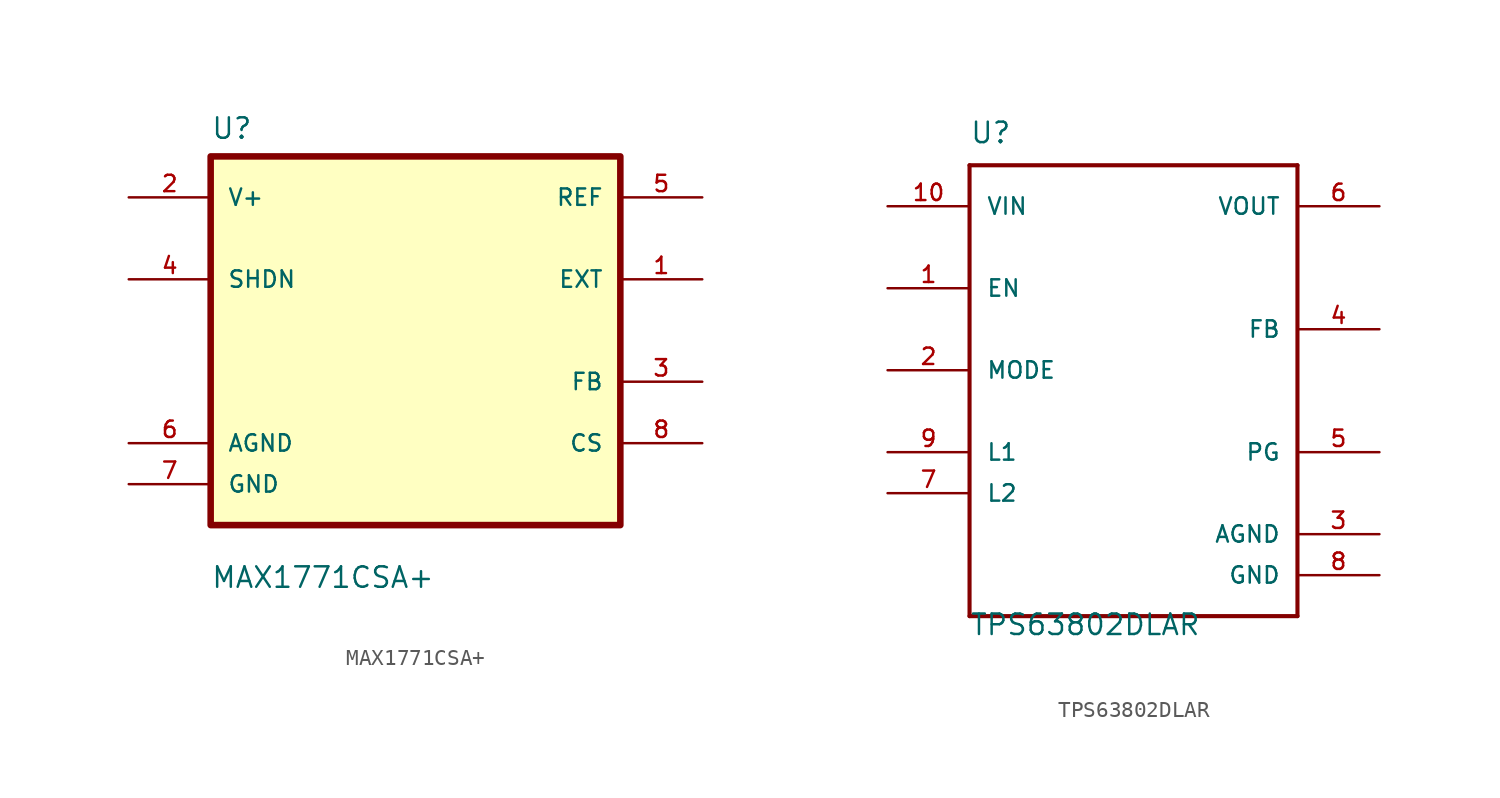
<source format=kicad_sym>
(kicad_symbol_lib
  (version 20210619)
  (generator kicad_symbol_editor)
  (symbol "Regulator_user:MAX1771CSA+"
    (pin_names
      (offset 1.016))
    (property "Reference" "U"
      (at -12.7 11.151 0)
      (effects (font (size 1.27 1.27)) (justify left bottom)))
    (property "Value" "MAX1771CSA+"
      (at -12.7 -16.688 0)
      (effects (font (size 1.27 1.27)) (justify left bottom)))
    (symbol "MAX1771CSA+_0_0"
      (rectangle (start -12.7 -12.7) (end 12.7 10.16) (stroke (width 0.406)) (fill (type background)))
      (pin output line (at 17.78 2.54 180) (length 5.08) (name "EXT" (effects (font (size 1.016 1.016)))) (number "1" (effects (font (size 1.016 1.016)))))
      (pin input line (at -17.78 7.62 0) (length 5.08) (name "V+" (effects (font (size 1.016 1.016)))) (number "2" (effects (font (size 1.016 1.016)))))
      (pin input line (at 17.78 -3.81 180) (length 5.08) (name "FB" (effects (font (size 1.016 1.016)))) (number "3" (effects (font (size 1.016 1.016)))))
      (pin input line (at -17.78 2.54 0) (length 5.08) (name "SHDN" (effects (font (size 1.016 1.016)))) (number "4" (effects (font (size 1.016 1.016)))))
      (pin output line (at 17.78 7.62 180) (length 5.08) (name "REF" (effects (font (size 1.016 1.016)))) (number "5" (effects (font (size 1.016 1.016)))))
      (pin power_in line (at -17.78 -7.62 0) (length 5.08) (name "AGND" (effects (font (size 1.016 1.016)))) (number "6" (effects (font (size 1.016 1.016)))))
      (pin power_in line (at -17.78 -10.16 0) (length 5.08) (name "GND" (effects (font (size 1.016 1.016)))) (number "7" (effects (font (size 1.016 1.016)))))
      (pin input line (at 17.78 -7.62 180) (length 5.08) (name "CS" (effects (font (size 1.016 1.016)))) (number "8" (effects (font (size 1.016 1.016)))))))
  (symbol "Regulator_user:TPS63802DLAR"
    (pin_names
      (offset 1.016))
    (property "Reference" "U"
      (at -10.16 13.97 0)
      (effects (font (size 1.27 1.27)) (justify left bottom)))
    (property "Value" "TPS63802DLAR"
      (at -10.16 -16.51 0)
      (effects (font (size 1.27 1.27)) (justify left bottom)))
    (property "ki_locked" ""
      (at 0 0 0)
      (effects (font (size 1.27 1.27))))
    (symbol "TPS63802DLAR_0_0"
      (polyline (pts (xy -10.16 -15.24) (xy -10.16 12.7)) (stroke (width 0.254)) (fill (type none)))
      (polyline (pts (xy -10.16 12.7) (xy 10.16 12.7)) (stroke (width 0.254)) (fill (type none)))
      (polyline (pts (xy 10.16 -15.24) (xy -10.16 -15.24)) (stroke (width 0.254)) (fill (type none)))
      (polyline (pts (xy 10.16 12.7) (xy 10.16 -15.24)) (stroke (width 0.254)) (fill (type none)))
      (pin input line (at -15.24 5.08 0) (length 5.08) (name "EN" (effects (font (size 1.016 1.016)))) (number "1" (effects (font (size 1.016 1.016)))))
      (pin input line (at -15.24 10.16 0) (length 5.08) (name "VIN" (effects (font (size 1.016 1.016)))) (number "10" (effects (font (size 1.016 1.016)))))
      (pin input line (at -15.24 0 0) (length 5.08) (name "MODE" (effects (font (size 1.016 1.016)))) (number "2" (effects (font (size 1.016 1.016)))))
      (pin power_in line (at 15.24 -10.16 180) (length 5.08) (name "AGND" (effects (font (size 1.016 1.016)))) (number "3" (effects (font (size 1.016 1.016)))))
      (pin input line (at 15.24 2.54 180) (length 5.08) (name "FB" (effects (font (size 1.016 1.016)))) (number "4" (effects (font (size 1.016 1.016)))))
      (pin output line (at 15.24 -5.08 180) (length 5.08) (name "PG" (effects (font (size 1.016 1.016)))) (number "5" (effects (font (size 1.016 1.016)))))
      (pin output line (at 15.24 10.16 180) (length 5.08) (name "VOUT" (effects (font (size 1.016 1.016)))) (number "6" (effects (font (size 1.016 1.016)))))
      (pin passive line (at -15.24 -7.62 0) (length 5.08) (name "L2" (effects (font (size 1.016 1.016)))) (number "7" (effects (font (size 1.016 1.016)))))
      (pin power_in line (at 15.24 -12.7 180) (length 5.08) (name "GND" (effects (font (size 1.016 1.016)))) (number "8" (effects (font (size 1.016 1.016)))))
      (pin passive line (at -15.24 -5.08 0) (length 5.08) (name "L1" (effects (font (size 1.016 1.016)))) (number "9" (effects (font (size 1.016 1.016))))))))
</source>
